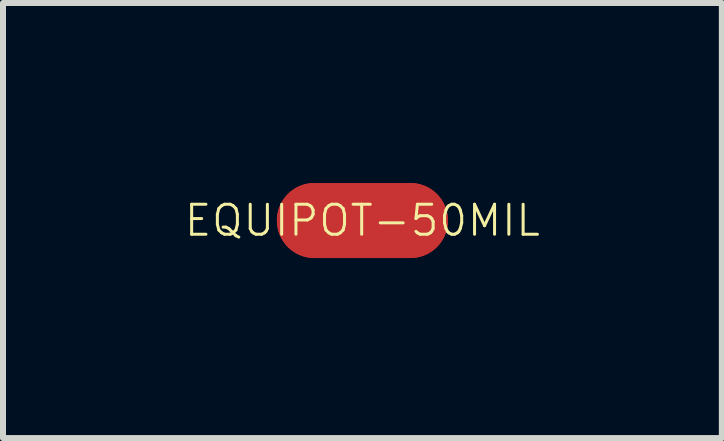
<source format=kicad_pcb>
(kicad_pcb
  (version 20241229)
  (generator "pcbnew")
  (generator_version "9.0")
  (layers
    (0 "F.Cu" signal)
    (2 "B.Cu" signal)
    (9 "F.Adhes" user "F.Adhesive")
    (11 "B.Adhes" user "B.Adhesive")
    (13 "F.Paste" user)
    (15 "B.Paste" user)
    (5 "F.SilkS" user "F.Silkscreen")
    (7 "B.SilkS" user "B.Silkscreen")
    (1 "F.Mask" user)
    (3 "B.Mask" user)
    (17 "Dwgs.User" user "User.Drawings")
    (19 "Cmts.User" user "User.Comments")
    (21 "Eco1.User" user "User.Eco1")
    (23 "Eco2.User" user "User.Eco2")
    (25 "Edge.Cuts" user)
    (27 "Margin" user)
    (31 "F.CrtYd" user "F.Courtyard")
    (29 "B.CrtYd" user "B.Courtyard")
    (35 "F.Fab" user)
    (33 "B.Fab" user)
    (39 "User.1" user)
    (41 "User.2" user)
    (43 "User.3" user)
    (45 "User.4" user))
  (footprint "EQUIPOT-50MIL"
    (layer "F.Cu")
    (at 2.989 0.625)
    (property "Reference" "EQUIPOT-50MIL" (at 0 0 0) (layer "F.SilkS") (effects (font (size 0.5 0.5) (thickness 0.05))))
    (attr exclude_from_pos_files exclude_from_bom)
    (fp_line (start -0.8 0) (end 0.8 0) (stroke (width 1.25) (type solid)) (layer "F.Cu"))
    (pad "1" smd circle (at -0.8 0) (size 1.25 1.25) (layers "F.Cu"))
    (pad "2" smd circle (at 0.8 0) (size 1.25 1.25) (layers "F.Cu")))
  (gr_rect
    (start -3 -3)
    (end 8.979 4.25)
    (stroke (width 0.1) (type default))
    (fill no)
    (layer "Edge.Cuts")))
</source>
